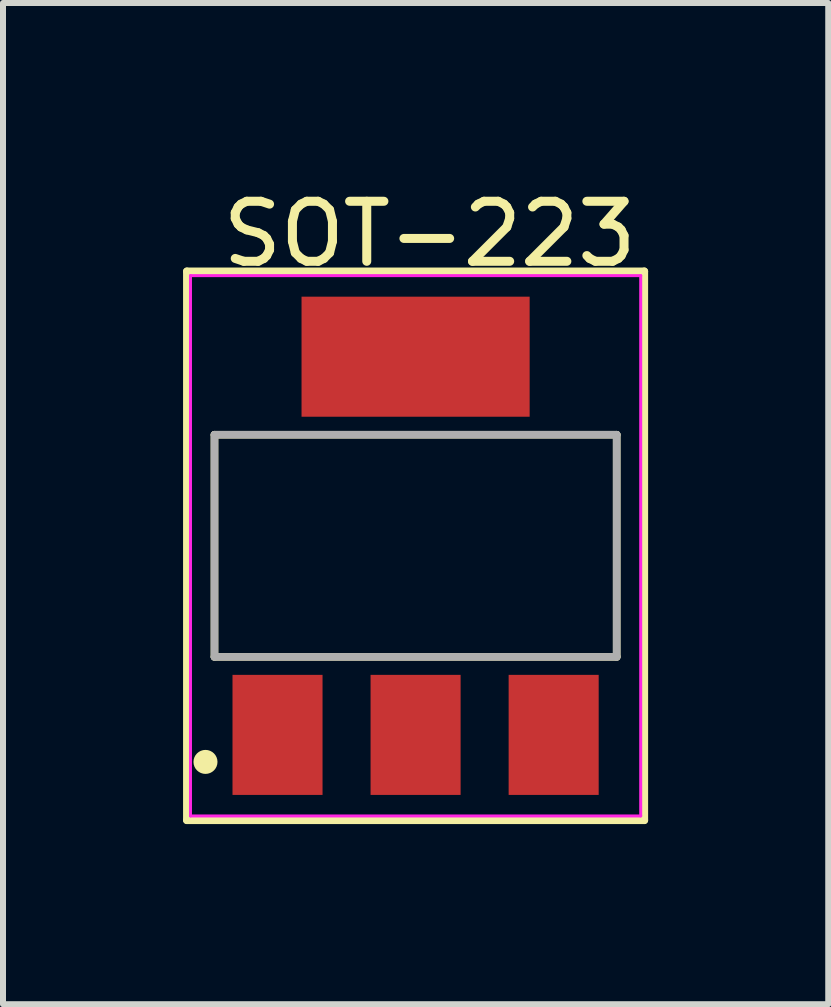
<source format=kicad_pcb>
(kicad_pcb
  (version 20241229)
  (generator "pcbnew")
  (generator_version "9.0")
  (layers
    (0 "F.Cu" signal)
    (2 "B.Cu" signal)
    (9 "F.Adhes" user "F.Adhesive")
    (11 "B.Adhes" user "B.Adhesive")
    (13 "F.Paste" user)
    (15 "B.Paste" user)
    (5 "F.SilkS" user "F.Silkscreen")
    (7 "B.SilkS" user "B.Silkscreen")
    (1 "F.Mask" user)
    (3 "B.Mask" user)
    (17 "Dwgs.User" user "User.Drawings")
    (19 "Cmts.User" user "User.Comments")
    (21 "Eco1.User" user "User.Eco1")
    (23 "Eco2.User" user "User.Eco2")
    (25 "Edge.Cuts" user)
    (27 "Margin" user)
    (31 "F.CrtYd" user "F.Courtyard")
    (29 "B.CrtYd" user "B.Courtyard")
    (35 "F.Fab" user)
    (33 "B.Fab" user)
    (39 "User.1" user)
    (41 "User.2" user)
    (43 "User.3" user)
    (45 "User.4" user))
  (footprint "SOT-223"
    (layer "F.Cu")
    (at 3.873 6.042)
    (property "Reference" "SOT-223" (at 0.234 -5.194 0) (layer "F.SilkS") (effects (font (size 1 1) (thickness 0.15))))
    (attr smd)
    (fp_line (start -3.81 -4.572) (end 3.81 -4.572) (stroke (width 0.127) (type solid)) (layer "F.SilkS"))
    (fp_line (start -3.81 4.572) (end -3.81 -4.572) (stroke (width 0.127) (type solid)) (layer "F.SilkS"))
    (fp_line (start -3.35 -1.85) (end -3.35 1.85) (stroke (width 0.127) (type solid)) (layer "F.SilkS"))
    (fp_line (start -3.35 1.85) (end 3.35 1.85) (stroke (width 0.127) (type solid)) (layer "F.SilkS"))
    (fp_line (start 3.35 -1.85) (end -3.35 -1.85) (stroke (width 0.127) (type solid)) (layer "F.SilkS"))
    (fp_line (start 3.35 1.85) (end 3.35 -1.85) (stroke (width 0.127) (type solid)) (layer "F.SilkS"))
    (fp_line (start 3.81 -4.572) (end 3.81 4.572) (stroke (width 0.127) (type solid)) (layer "F.SilkS"))
    (fp_line (start 3.81 4.572) (end -3.81 4.572) (stroke (width 0.127) (type solid)) (layer "F.SilkS"))
    (fp_circle (center -3.5 3.6) (end -3.4 3.6) (stroke (width 0.2) (type solid)) (fill no) (layer "F.SilkS"))
    (fp_line (start -3.75 -4.5) (end 3.75 -4.5) (stroke (width 0.05) (type solid)) (layer "F.CrtYd"))
    (fp_line (start -3.75 4.5) (end -3.75 -4.5) (stroke (width 0.05) (type solid)) (layer "F.CrtYd"))
    (fp_line (start 3.75 -4.5) (end 3.75 4.5) (stroke (width 0.05) (type solid)) (layer "F.CrtYd"))
    (fp_line (start 3.75 4.5) (end -3.75 4.5) (stroke (width 0.05) (type solid)) (layer "F.CrtYd"))
    (fp_line (start -3.35 -1.85) (end -3.35 1.85) (stroke (width 0.127) (type solid)) (layer "F.Fab"))
    (fp_line (start -3.35 1.85) (end 3.35 1.85) (stroke (width 0.127) (type solid)) (layer "F.Fab"))
    (fp_line (start 3.35 -1.85) (end -3.35 -1.85) (stroke (width 0.127) (type solid)) (layer "F.Fab"))
    (fp_line (start 3.35 1.85) (end 3.35 -1.85) (stroke (width 0.127) (type solid)) (layer "F.Fab"))
    (pad "1" smd rect (at -2.3 3.15 180) (size 1.5 2) (layers "F.Cu" "F.Mask" "F.Paste"))
    (pad "2" smd rect (at 0 3.15 180) (size 1.5 2) (layers "F.Cu" "F.Mask" "F.Paste"))
    (pad "3" smd rect (at 2.3 3.15 180) (size 1.5 2) (layers "F.Cu" "F.Mask" "F.Paste"))
    (pad "4" smd rect (at 0 -3.15 180) (size 3.8 2) (layers "F.Cu" "F.Mask" "F.Paste")))
  (gr_rect
    (start -3 -3)
    (end 10.747 13.678)
    (stroke (width 0.1) (type default))
    (fill no)
    (layer "Edge.Cuts")))
</source>
